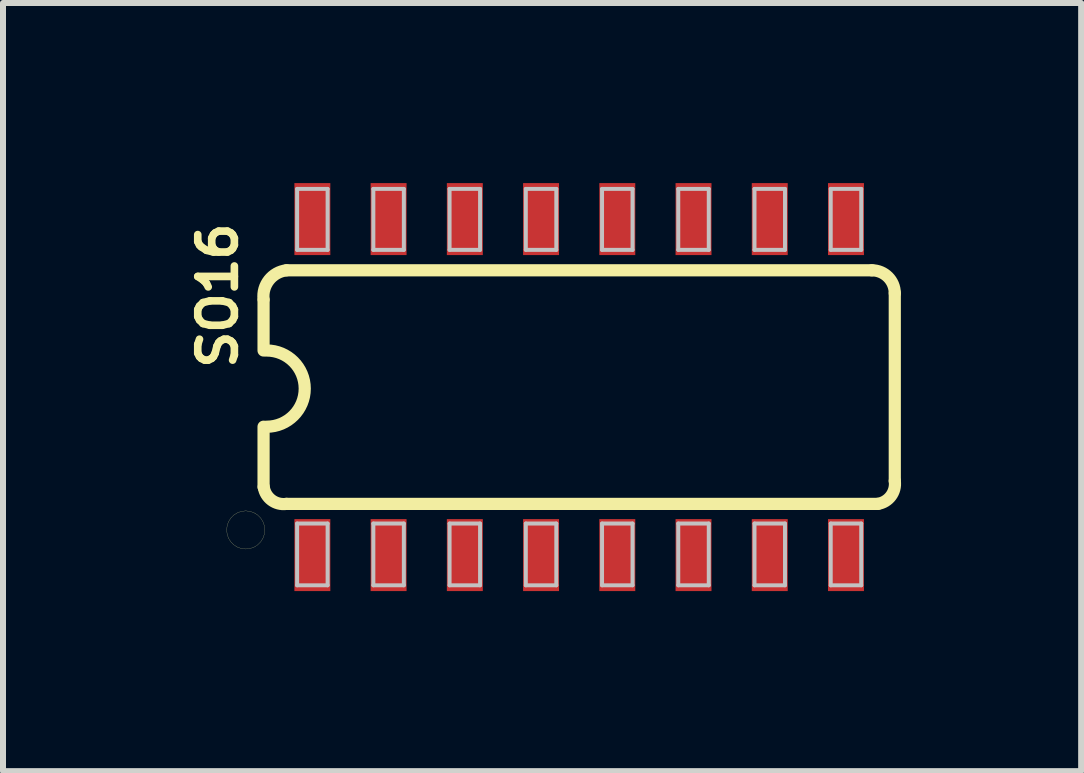
<source format=kicad_pcb>
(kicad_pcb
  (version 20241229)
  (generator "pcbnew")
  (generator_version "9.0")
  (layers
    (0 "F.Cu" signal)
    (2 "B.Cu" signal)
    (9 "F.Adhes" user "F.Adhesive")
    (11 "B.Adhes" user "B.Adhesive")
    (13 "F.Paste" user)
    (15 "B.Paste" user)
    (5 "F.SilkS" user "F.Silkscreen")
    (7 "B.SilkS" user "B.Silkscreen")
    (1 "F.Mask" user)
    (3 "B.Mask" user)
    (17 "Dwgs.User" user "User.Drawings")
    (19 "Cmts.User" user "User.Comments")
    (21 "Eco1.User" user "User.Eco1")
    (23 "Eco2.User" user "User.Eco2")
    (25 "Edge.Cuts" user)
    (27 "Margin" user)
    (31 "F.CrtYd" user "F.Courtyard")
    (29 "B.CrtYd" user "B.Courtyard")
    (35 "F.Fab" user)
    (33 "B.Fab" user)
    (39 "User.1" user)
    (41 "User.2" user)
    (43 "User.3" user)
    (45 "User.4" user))
  (footprint "SO16"
    (layer "F.Cu")
    (at 6.599 3.399)
    (property "Reference" "SO16" (at -6.02 -1.524 90) (layer "F.SilkS") (effects (font (size 0.61 0.61) (thickness 0.127))))
    (attr smd)
    (fp_line (start -5.872 2.38) (end -5.865 2.451) (stroke (width 0.003) (type solid)) (layer "F.SilkS"))
    (fp_line (start -5.865 2.309) (end -5.872 2.38) (stroke (width 0.003) (type solid)) (layer "F.SilkS"))
    (fp_line (start -5.865 2.451) (end -5.842 2.517) (stroke (width 0.003) (type solid)) (layer "F.SilkS"))
    (fp_line (start -5.842 2.243) (end -5.865 2.309) (stroke (width 0.003) (type solid)) (layer "F.SilkS"))
    (fp_line (start -5.842 2.517) (end -5.804 2.578) (stroke (width 0.003) (type solid)) (layer "F.SilkS"))
    (fp_line (start -5.804 2.182) (end -5.842 2.243) (stroke (width 0.003) (type solid)) (layer "F.SilkS"))
    (fp_line (start -5.804 2.578) (end -5.753 2.629) (stroke (width 0.003) (type solid)) (layer "F.SilkS"))
    (fp_line (start -5.753 2.131) (end -5.804 2.182) (stroke (width 0.003) (type solid)) (layer "F.SilkS"))
    (fp_line (start -5.753 2.629) (end -5.692 2.667) (stroke (width 0.003) (type solid)) (layer "F.SilkS"))
    (fp_line (start -5.692 2.093) (end -5.753 2.131) (stroke (width 0.003) (type solid)) (layer "F.SilkS"))
    (fp_line (start -5.692 2.667) (end -5.626 2.69) (stroke (width 0.003) (type solid)) (layer "F.SilkS"))
    (fp_line (start -5.626 2.07) (end -5.692 2.093) (stroke (width 0.003) (type solid)) (layer "F.SilkS"))
    (fp_line (start -5.626 2.69) (end -5.555 2.697) (stroke (width 0.003) (type solid)) (layer "F.SilkS"))
    (fp_line (start -5.555 2.062) (end -5.626 2.07) (stroke (width 0.003) (type solid)) (layer "F.SilkS"))
    (fp_line (start -5.555 2.697) (end -5.484 2.69) (stroke (width 0.003) (type solid)) (layer "F.SilkS"))
    (fp_line (start -5.484 2.07) (end -5.555 2.062) (stroke (width 0.003) (type solid)) (layer "F.SilkS"))
    (fp_line (start -5.484 2.69) (end -5.418 2.667) (stroke (width 0.003) (type solid)) (layer "F.SilkS"))
    (fp_line (start -5.418 2.093) (end -5.484 2.07) (stroke (width 0.003) (type solid)) (layer "F.SilkS"))
    (fp_line (start -5.418 2.667) (end -5.357 2.629) (stroke (width 0.003) (type solid)) (layer "F.SilkS"))
    (fp_line (start -5.357 2.131) (end -5.418 2.093) (stroke (width 0.003) (type solid)) (layer "F.SilkS"))
    (fp_line (start -5.357 2.629) (end -5.306 2.578) (stroke (width 0.003) (type solid)) (layer "F.SilkS"))
    (fp_line (start -5.306 2.182) (end -5.357 2.131) (stroke (width 0.003) (type solid)) (layer "F.SilkS"))
    (fp_line (start -5.306 2.578) (end -5.268 2.517) (stroke (width 0.003) (type solid)) (layer "F.SilkS"))
    (fp_line (start -5.268 2.243) (end -5.306 2.182) (stroke (width 0.003) (type solid)) (layer "F.SilkS"))
    (fp_line (start -5.268 2.517) (end -5.245 2.451) (stroke (width 0.003) (type solid)) (layer "F.SilkS"))
    (fp_line (start -5.258 -1.45) (end -5.258 -0.61) (stroke (width 0.203) (type solid)) (layer "F.SilkS"))
    (fp_line (start -5.258 1.664) (end -5.258 0.66) (stroke (width 0.203) (type solid)) (layer "F.SilkS"))
    (fp_line (start -5.245 2.309) (end -5.268 2.243) (stroke (width 0.003) (type solid)) (layer "F.SilkS"))
    (fp_line (start -5.245 2.451) (end -5.237 2.38) (stroke (width 0.003) (type solid)) (layer "F.SilkS"))
    (fp_line (start -5.237 2.38) (end -5.245 2.309) (stroke (width 0.003) (type solid)) (layer "F.SilkS"))
    (fp_line (start -4.877 1.946) (end 4.976 1.946) (stroke (width 0.203) (type solid)) (layer "F.SilkS"))
    (fp_line (start 4.877 -1.946) (end -4.877 -1.946) (stroke (width 0.203) (type solid)) (layer "F.SilkS"))
    (fp_line (start 5.258 1.565) (end 5.258 -1.565) (stroke (width 0.203) (type solid)) (layer "F.SilkS"))
    (fp_arc (start -5.2578 -1.46304) (mid -5.16725 -1.783248) (end -4.8768 -1.94564) (stroke (width 0.2032) (type solid)) (layer "F.SilkS"))
    (fp_arc (start -5.207 -0.6096) (mid -4.572 0.0254) (end -5.207 0.6604) (stroke (width 0.2032) (type solid)) (layer "F.SilkS"))
    (fp_arc (start -4.8768 1.94564) (mid -5.124422 1.883052) (end -5.25526 1.6637) (stroke (width 0.2032) (type solid)) (layer "F.SilkS"))
    (fp_arc (start 4.8768 -1.94564) (mid 5.146208 -1.834048) (end 5.2578 -1.56464) (stroke (width 0.2032) (type solid)) (layer "F.SilkS"))
    (fp_arc (start 5.2578 1.56464) (mid 5.194468 1.814058) (end 4.97332 1.94564) (stroke (width 0.2032) (type solid)) (layer "F.SilkS"))
    (fp_line (start -4.699 -3.302) (end -4.191 -3.302) (stroke (width 0.066) (type solid)) (layer "Dwgs.User"))
    (fp_line (start -4.699 -2.286) (end -4.699 -3.302) (stroke (width 0.066) (type solid)) (layer "Dwgs.User"))
    (fp_line (start -4.699 -2.286) (end -4.191 -2.286) (stroke (width 0.066) (type solid)) (layer "Dwgs.User"))
    (fp_line (start -4.699 2.273) (end -4.191 2.273) (stroke (width 0.066) (type solid)) (layer "Dwgs.User"))
    (fp_line (start -4.699 3.302) (end -4.699 2.273) (stroke (width 0.066) (type solid)) (layer "Dwgs.User"))
    (fp_line (start -4.699 3.302) (end -4.191 3.302) (stroke (width 0.066) (type solid)) (layer "Dwgs.User"))
    (fp_line (start -4.191 -2.286) (end -4.191 -3.302) (stroke (width 0.066) (type solid)) (layer "Dwgs.User"))
    (fp_line (start -4.191 3.302) (end -4.191 2.273) (stroke (width 0.066) (type solid)) (layer "Dwgs.User"))
    (fp_line (start -3.429 -3.302) (end -2.921 -3.302) (stroke (width 0.066) (type solid)) (layer "Dwgs.User"))
    (fp_line (start -3.429 -2.286) (end -3.429 -3.302) (stroke (width 0.066) (type solid)) (layer "Dwgs.User"))
    (fp_line (start -3.429 -2.286) (end -2.921 -2.286) (stroke (width 0.066) (type solid)) (layer "Dwgs.User"))
    (fp_line (start -3.429 2.273) (end -2.921 2.273) (stroke (width 0.066) (type solid)) (layer "Dwgs.User"))
    (fp_line (start -3.429 3.302) (end -3.429 2.273) (stroke (width 0.066) (type solid)) (layer "Dwgs.User"))
    (fp_line (start -3.429 3.302) (end -2.921 3.302) (stroke (width 0.066) (type solid)) (layer "Dwgs.User"))
    (fp_line (start -2.921 -2.286) (end -2.921 -3.302) (stroke (width 0.066) (type solid)) (layer "Dwgs.User"))
    (fp_line (start -2.921 3.302) (end -2.921 2.273) (stroke (width 0.066) (type solid)) (layer "Dwgs.User"))
    (fp_line (start -2.159 -3.302) (end -1.651 -3.302) (stroke (width 0.066) (type solid)) (layer "Dwgs.User"))
    (fp_line (start -2.159 -2.286) (end -2.159 -3.302) (stroke (width 0.066) (type solid)) (layer "Dwgs.User"))
    (fp_line (start -2.159 -2.286) (end -1.651 -2.286) (stroke (width 0.066) (type solid)) (layer "Dwgs.User"))
    (fp_line (start -2.159 2.273) (end -1.651 2.273) (stroke (width 0.066) (type solid)) (layer "Dwgs.User"))
    (fp_line (start -2.159 3.302) (end -2.159 2.273) (stroke (width 0.066) (type solid)) (layer "Dwgs.User"))
    (fp_line (start -2.159 3.302) (end -1.651 3.302) (stroke (width 0.066) (type solid)) (layer "Dwgs.User"))
    (fp_line (start -1.651 -2.286) (end -1.651 -3.302) (stroke (width 0.066) (type solid)) (layer "Dwgs.User"))
    (fp_line (start -1.651 3.302) (end -1.651 2.273) (stroke (width 0.066) (type solid)) (layer "Dwgs.User"))
    (fp_line (start -0.889 -3.302) (end -0.381 -3.302) (stroke (width 0.066) (type solid)) (layer "Dwgs.User"))
    (fp_line (start -0.889 -2.286) (end -0.889 -3.302) (stroke (width 0.066) (type solid)) (layer "Dwgs.User"))
    (fp_line (start -0.889 -2.286) (end -0.381 -2.286) (stroke (width 0.066) (type solid)) (layer "Dwgs.User"))
    (fp_line (start -0.889 2.273) (end -0.381 2.273) (stroke (width 0.066) (type solid)) (layer "Dwgs.User"))
    (fp_line (start -0.889 3.302) (end -0.889 2.273) (stroke (width 0.066) (type solid)) (layer "Dwgs.User"))
    (fp_line (start -0.889 3.302) (end -0.381 3.302) (stroke (width 0.066) (type solid)) (layer "Dwgs.User"))
    (fp_line (start -0.381 -2.286) (end -0.381 -3.302) (stroke (width 0.066) (type solid)) (layer "Dwgs.User"))
    (fp_line (start -0.381 3.302) (end -0.381 2.273) (stroke (width 0.066) (type solid)) (layer "Dwgs.User"))
    (fp_line (start 0.381 -3.302) (end 0.889 -3.302) (stroke (width 0.066) (type solid)) (layer "Dwgs.User"))
    (fp_line (start 0.381 -2.286) (end 0.381 -3.302) (stroke (width 0.066) (type solid)) (layer "Dwgs.User"))
    (fp_line (start 0.381 -2.286) (end 0.889 -2.286) (stroke (width 0.066) (type solid)) (layer "Dwgs.User"))
    (fp_line (start 0.381 2.273) (end 0.889 2.273) (stroke (width 0.066) (type solid)) (layer "Dwgs.User"))
    (fp_line (start 0.381 3.302) (end 0.381 2.273) (stroke (width 0.066) (type solid)) (layer "Dwgs.User"))
    (fp_line (start 0.381 3.302) (end 0.889 3.302) (stroke (width 0.066) (type solid)) (layer "Dwgs.User"))
    (fp_line (start 0.889 -2.286) (end 0.889 -3.302) (stroke (width 0.066) (type solid)) (layer "Dwgs.User"))
    (fp_line (start 0.889 3.302) (end 0.889 2.273) (stroke (width 0.066) (type solid)) (layer "Dwgs.User"))
    (fp_line (start 1.651 -3.302) (end 2.159 -3.302) (stroke (width 0.066) (type solid)) (layer "Dwgs.User"))
    (fp_line (start 1.651 -2.286) (end 1.651 -3.302) (stroke (width 0.066) (type solid)) (layer "Dwgs.User"))
    (fp_line (start 1.651 -2.286) (end 2.159 -2.286) (stroke (width 0.066) (type solid)) (layer "Dwgs.User"))
    (fp_line (start 1.651 2.273) (end 2.159 2.273) (stroke (width 0.066) (type solid)) (layer "Dwgs.User"))
    (fp_line (start 1.651 3.302) (end 1.651 2.273) (stroke (width 0.066) (type solid)) (layer "Dwgs.User"))
    (fp_line (start 1.651 3.302) (end 2.159 3.302) (stroke (width 0.066) (type solid)) (layer "Dwgs.User"))
    (fp_line (start 2.159 -2.286) (end 2.159 -3.302) (stroke (width 0.066) (type solid)) (layer "Dwgs.User"))
    (fp_line (start 2.159 3.302) (end 2.159 2.273) (stroke (width 0.066) (type solid)) (layer "Dwgs.User"))
    (fp_line (start 2.921 -3.302) (end 3.429 -3.302) (stroke (width 0.066) (type solid)) (layer "Dwgs.User"))
    (fp_line (start 2.921 -2.286) (end 2.921 -3.302) (stroke (width 0.066) (type solid)) (layer "Dwgs.User"))
    (fp_line (start 2.921 -2.286) (end 3.429 -2.286) (stroke (width 0.066) (type solid)) (layer "Dwgs.User"))
    (fp_line (start 2.921 2.273) (end 3.429 2.273) (stroke (width 0.066) (type solid)) (layer "Dwgs.User"))
    (fp_line (start 2.921 3.302) (end 2.921 2.273) (stroke (width 0.066) (type solid)) (layer "Dwgs.User"))
    (fp_line (start 2.921 3.302) (end 3.429 3.302) (stroke (width 0.066) (type solid)) (layer "Dwgs.User"))
    (fp_line (start 3.429 -2.286) (end 3.429 -3.302) (stroke (width 0.066) (type solid)) (layer "Dwgs.User"))
    (fp_line (start 3.429 3.302) (end 3.429 2.273) (stroke (width 0.066) (type solid)) (layer "Dwgs.User"))
    (fp_line (start 4.191 -3.302) (end 4.699 -3.302) (stroke (width 0.066) (type solid)) (layer "Dwgs.User"))
    (fp_line (start 4.191 -2.286) (end 4.191 -3.302) (stroke (width 0.066) (type solid)) (layer "Dwgs.User"))
    (fp_line (start 4.191 -2.286) (end 4.699 -2.286) (stroke (width 0.066) (type solid)) (layer "Dwgs.User"))
    (fp_line (start 4.191 2.273) (end 4.699 2.273) (stroke (width 0.066) (type solid)) (layer "Dwgs.User"))
    (fp_line (start 4.191 3.302) (end 4.191 2.273) (stroke (width 0.066) (type solid)) (layer "Dwgs.User"))
    (fp_line (start 4.191 3.302) (end 4.699 3.302) (stroke (width 0.066) (type solid)) (layer "Dwgs.User"))
    (fp_line (start 4.699 -2.286) (end 4.699 -3.302) (stroke (width 0.066) (type solid)) (layer "Dwgs.User"))
    (fp_line (start 4.699 3.302) (end 4.699 2.273) (stroke (width 0.066) (type solid)) (layer "Dwgs.User"))
    (pad "1" smd rect (at -4.445 2.799) (size 0.599 1.199) (layers "F.Cu" "F.Mask" "F.Paste"))
    (pad "2" smd rect (at -3.175 2.799) (size 0.599 1.199) (layers "F.Cu" "F.Mask" "F.Paste"))
    (pad "3" smd rect (at -1.905 2.799) (size 0.599 1.199) (layers "F.Cu" "F.Mask" "F.Paste"))
    (pad "4" smd rect (at -0.635 2.799) (size 0.599 1.199) (layers "F.Cu" "F.Mask" "F.Paste"))
    (pad "5" smd rect (at 0.635 2.799) (size 0.599 1.199) (layers "F.Cu" "F.Mask" "F.Paste"))
    (pad "6" smd rect (at 1.905 2.799) (size 0.599 1.199) (layers "F.Cu" "F.Mask" "F.Paste"))
    (pad "7" smd rect (at 3.175 2.799) (size 0.599 1.199) (layers "F.Cu" "F.Mask" "F.Paste"))
    (pad "8" smd rect (at 4.445 2.799) (size 0.599 1.199) (layers "F.Cu" "F.Mask" "F.Paste"))
    (pad "9" smd rect (at 4.445 -2.799) (size 0.599 1.199) (layers "F.Cu" "F.Mask" "F.Paste"))
    (pad "10" smd rect (at 3.175 -2.799) (size 0.599 1.199) (layers "F.Cu" "F.Mask" "F.Paste"))
    (pad "11" smd rect (at 1.905 -2.799) (size 0.599 1.199) (layers "F.Cu" "F.Mask" "F.Paste"))
    (pad "12" smd rect (at 0.635 -2.799) (size 0.599 1.199) (layers "F.Cu" "F.Mask" "F.Paste"))
    (pad "13" smd rect (at -0.635 -2.799) (size 0.599 1.199) (layers "F.Cu" "F.Mask" "F.Paste"))
    (pad "14" smd rect (at -1.905 -2.799) (size 0.599 1.199) (layers "F.Cu" "F.Mask" "F.Paste"))
    (pad "15" smd rect (at -3.175 -2.799) (size 0.599 1.199) (layers "F.Cu" "F.Mask" "F.Paste"))
    (pad "16" smd rect (at -4.445 -2.799) (size 0.599 1.199) (layers "F.Cu" "F.Mask" "F.Paste")))
  (gr_rect
    (start -3 -3)
    (end 14.962 9.797)
    (stroke (width 0.1) (type default))
    (fill no)
    (layer "Edge.Cuts")))
</source>
